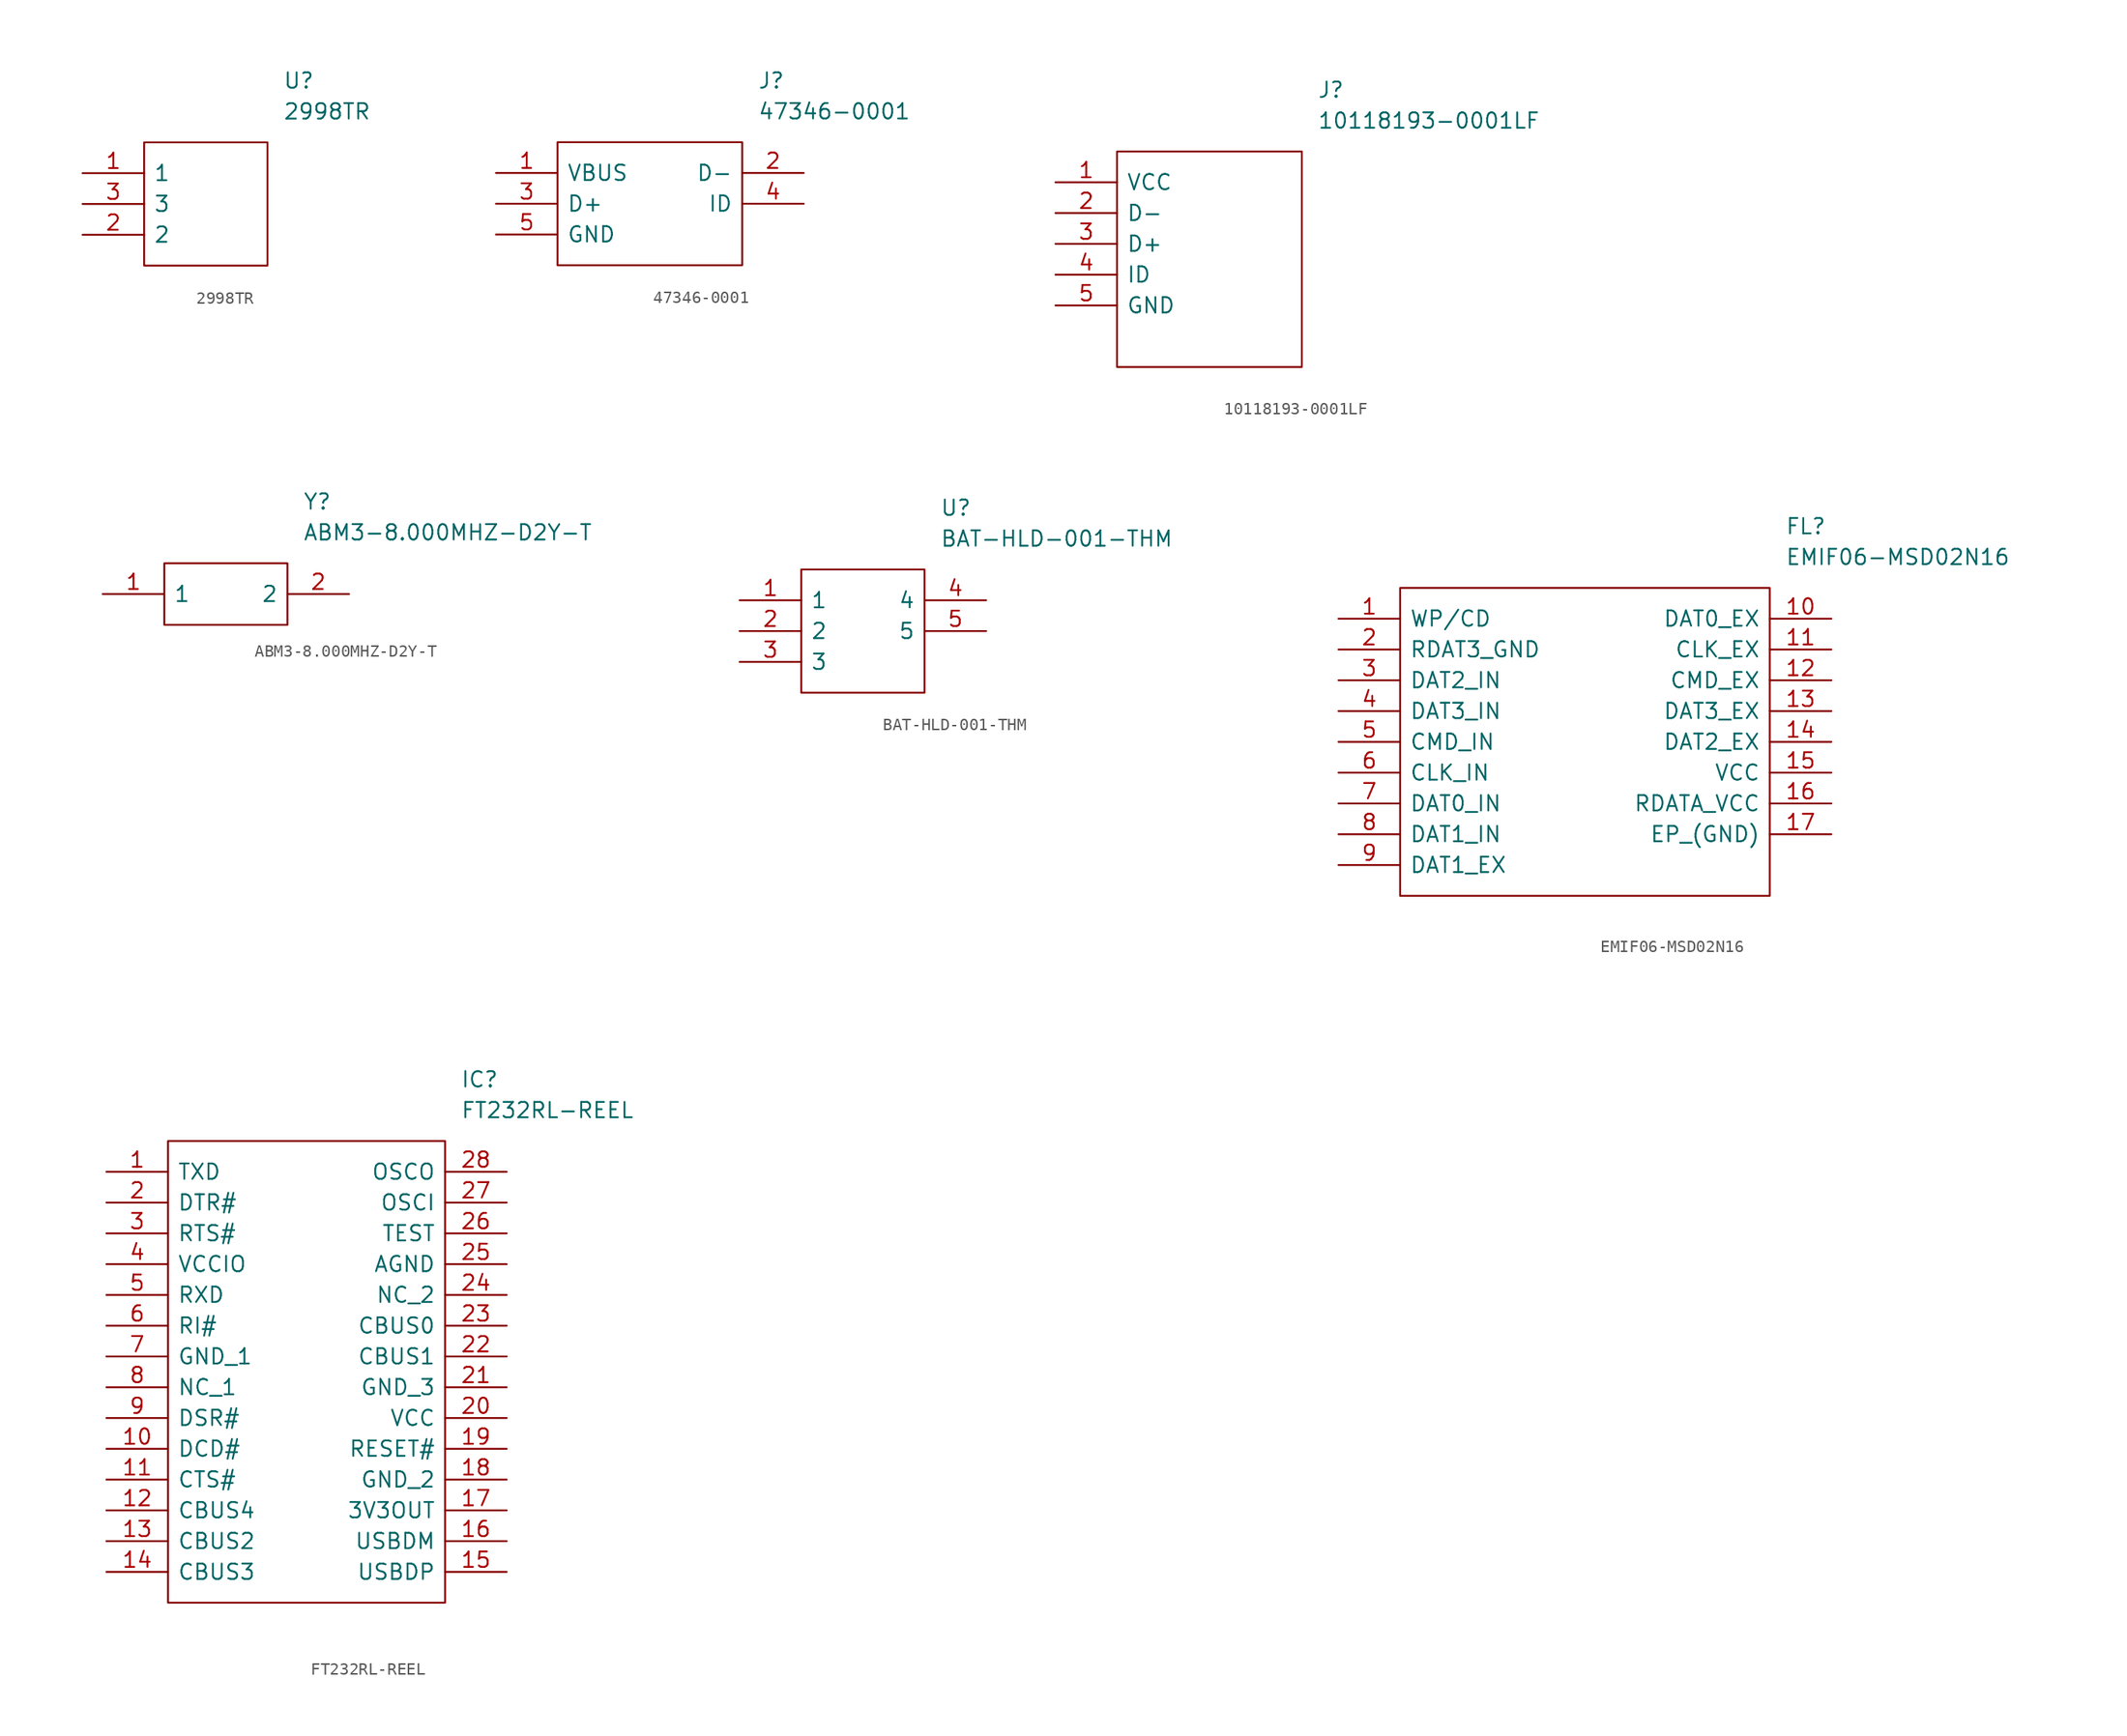
<source format=kicad_sym>
(kicad_symbol_lib
  (version 20211014)
  (generator kicad_symbol_editor)
  (symbol "2998TR"
    (pin_names
      (offset 0.762))
    (property "Reference" "U"
      (at 16.51 7.62 0)
      (effects (font (size 1.27 1.27)) (justify left)))
    (property "Value" "2998TR"
      (at 16.51 5.08 0)
      (effects (font (size 1.27 1.27)) (justify left)))
    (symbol "2998TR_0_0"
      (pin passive line (at 0 0 0) (length 5.08) (name "1" (effects (font (size 1.27 1.27)))) (number "1" (effects (font (size 1.27 1.27)))))
      (pin passive line (at 0 -5.08 0) (length 5.08) (name "2" (effects (font (size 1.27 1.27)))) (number "2" (effects (font (size 1.27 1.27)))))
      (pin passive line (at 0 -2.54 0) (length 5.08) (name "3" (effects (font (size 1.27 1.27)))) (number "3" (effects (font (size 1.27 1.27))))))
    (symbol "2998TR_0_1"
      (polyline (pts (xy 5.08 2.54) (xy 15.24 2.54) (xy 15.24 -7.62) (xy 5.08 -7.62) (xy 5.08 2.54)) (stroke (width 0.152) (type default) (color 0 0 0 0)) (fill (type none)))))
  (symbol "47346-0001"
    (pin_names
      (offset 0.762))
    (property "Reference" "J"
      (at 21.59 7.62 0)
      (effects (font (size 1.27 1.27)) (justify left)))
    (property "Value" "47346-0001"
      (at 21.59 5.08 0)
      (effects (font (size 1.27 1.27)) (justify left)))
    (symbol "47346-0001_0_0"
      (pin bidirectional line (at 0 0 0) (length 5.08) (name "VBUS" (effects (font (size 1.27 1.27)))) (number "1" (effects (font (size 1.27 1.27)))))
      (pin bidirectional line (at 25.4 0 180) (length 5.08) (name "D-" (effects (font (size 1.27 1.27)))) (number "2" (effects (font (size 1.27 1.27)))))
      (pin bidirectional line (at 0 -2.54 0) (length 5.08) (name "D+" (effects (font (size 1.27 1.27)))) (number "3" (effects (font (size 1.27 1.27)))))
      (pin bidirectional line (at 25.4 -2.54 180) (length 5.08) (name "ID" (effects (font (size 1.27 1.27)))) (number "4" (effects (font (size 1.27 1.27)))))
      (pin bidirectional line (at 0 -5.08 0) (length 5.08) (name "GND" (effects (font (size 1.27 1.27)))) (number "5" (effects (font (size 1.27 1.27))))))
    (symbol "47346-0001_0_1"
      (polyline (pts (xy 5.08 2.54) (xy 20.32 2.54) (xy 20.32 -7.62) (xy 5.08 -7.62) (xy 5.08 2.54)) (stroke (width 0.152) (type default) (color 0 0 0 0)) (fill (type none)))))
  (symbol "10118193-0001LF"
    (pin_names
      (offset 0.762))
    (property "Reference" "J"
      (at 21.59 7.62 0)
      (effects (font (size 1.27 1.27)) (justify left)))
    (property "Value" "10118193-0001LF"
      (at 21.59 5.08 0)
      (effects (font (size 1.27 1.27)) (justify left)))
    (symbol "10118193-0001LF_0_0"
      (pin passive line (at 0 0 0) (length 5.08) (name "VCC" (effects (font (size 1.27 1.27)))) (number "1" (effects (font (size 1.27 1.27)))))
      (pin passive line (at 0 -2.54 0) (length 5.08) (name "D-" (effects (font (size 1.27 1.27)))) (number "2" (effects (font (size 1.27 1.27)))))
      (pin passive line (at 0 -5.08 0) (length 5.08) (name "D+" (effects (font (size 1.27 1.27)))) (number "3" (effects (font (size 1.27 1.27)))))
      (pin passive line (at 0 -7.62 0) (length 5.08) (name "ID" (effects (font (size 1.27 1.27)))) (number "4" (effects (font (size 1.27 1.27)))))
      (pin passive line (at 0 -10.16 0) (length 5.08) (name "GND" (effects (font (size 1.27 1.27)))) (number "5" (effects (font (size 1.27 1.27))))))
    (symbol "10118193-0001LF_0_1"
      (polyline (pts (xy 5.08 2.54) (xy 20.32 2.54) (xy 20.32 -15.24) (xy 5.08 -15.24) (xy 5.08 2.54)) (stroke (width 0.152) (type default) (color 0 0 0 0)) (fill (type none)))))
  (symbol "ABM3-8.000MHZ-D2Y-T"
    (pin_names
      (offset 0.762))
    (property "Reference" "Y"
      (at 16.51 7.62 0)
      (effects (font (size 1.27 1.27)) (justify left)))
    (property "Value" "ABM3-8.000MHZ-D2Y-T"
      (at 16.51 5.08 0)
      (effects (font (size 1.27 1.27)) (justify left)))
    (symbol "ABM3-8.000MHZ-D2Y-T_0_0"
      (pin bidirectional line (at 0 0 0) (length 5.08) (name "1" (effects (font (size 1.27 1.27)))) (number "1" (effects (font (size 1.27 1.27)))))
      (pin bidirectional line (at 20.32 0 180) (length 5.08) (name "2" (effects (font (size 1.27 1.27)))) (number "2" (effects (font (size 1.27 1.27))))))
    (symbol "ABM3-8.000MHZ-D2Y-T_0_1"
      (polyline (pts (xy 5.08 2.54) (xy 15.24 2.54) (xy 15.24 -2.54) (xy 5.08 -2.54) (xy 5.08 2.54)) (stroke (width 0.152) (type default) (color 0 0 0 0)) (fill (type none)))))
  (symbol "BAT-HLD-001-THM"
    (pin_names
      (offset 0.762))
    (property "Reference" "U"
      (at 16.51 7.62 0)
      (effects (font (size 1.27 1.27)) (justify left)))
    (property "Value" "BAT-HLD-001-THM"
      (at 16.51 5.08 0)
      (effects (font (size 1.27 1.27)) (justify left)))
    (symbol "BAT-HLD-001-THM_0_0"
      (pin bidirectional line (at 0 0 0) (length 5.08) (name "1" (effects (font (size 1.27 1.27)))) (number "1" (effects (font (size 1.27 1.27)))))
      (pin bidirectional line (at 0 -2.54 0) (length 5.08) (name "2" (effects (font (size 1.27 1.27)))) (number "2" (effects (font (size 1.27 1.27)))))
      (pin bidirectional line (at 0 -5.08 0) (length 5.08) (name "3" (effects (font (size 1.27 1.27)))) (number "3" (effects (font (size 1.27 1.27)))))
      (pin bidirectional line (at 20.32 0 180) (length 5.08) (name "4" (effects (font (size 1.27 1.27)))) (number "4" (effects (font (size 1.27 1.27)))))
      (pin bidirectional line (at 20.32 -2.54 180) (length 5.08) (name "5" (effects (font (size 1.27 1.27)))) (number "5" (effects (font (size 1.27 1.27))))))
    (symbol "BAT-HLD-001-THM_0_1"
      (polyline (pts (xy 5.08 2.54) (xy 15.24 2.54) (xy 15.24 -7.62) (xy 5.08 -7.62) (xy 5.08 2.54)) (stroke (width 0.152) (type default) (color 0 0 0 0)) (fill (type none)))))
  (symbol "EMIF06-MSD02N16"
    (pin_names
      (offset 0.762))
    (property "Reference" "FL"
      (at 36.83 7.62 0)
      (effects (font (size 1.27 1.27)) (justify left)))
    (property "Value" "EMIF06-MSD02N16"
      (at 36.83 5.08 0)
      (effects (font (size 1.27 1.27)) (justify left)))
    (symbol "EMIF06-MSD02N16_0_0"
      (pin passive line (at 0 0 0) (length 5.08) (name "WP/CD" (effects (font (size 1.27 1.27)))) (number "1" (effects (font (size 1.27 1.27)))))
      (pin passive line (at 40.64 0 180) (length 5.08) (name "DAT0_EX" (effects (font (size 1.27 1.27)))) (number "10" (effects (font (size 1.27 1.27)))))
      (pin passive line (at 40.64 -2.54 180) (length 5.08) (name "CLK_EX" (effects (font (size 1.27 1.27)))) (number "11" (effects (font (size 1.27 1.27)))))
      (pin passive line (at 40.64 -5.08 180) (length 5.08) (name "CMD_EX" (effects (font (size 1.27 1.27)))) (number "12" (effects (font (size 1.27 1.27)))))
      (pin passive line (at 40.64 -7.62 180) (length 5.08) (name "DAT3_EX" (effects (font (size 1.27 1.27)))) (number "13" (effects (font (size 1.27 1.27)))))
      (pin passive line (at 40.64 -10.16 180) (length 5.08) (name "DAT2_EX" (effects (font (size 1.27 1.27)))) (number "14" (effects (font (size 1.27 1.27)))))
      (pin passive line (at 40.64 -12.7 180) (length 5.08) (name "VCC" (effects (font (size 1.27 1.27)))) (number "15" (effects (font (size 1.27 1.27)))))
      (pin passive line (at 40.64 -15.24 180) (length 5.08) (name "RDATA_VCC" (effects (font (size 1.27 1.27)))) (number "16" (effects (font (size 1.27 1.27)))))
      (pin passive line (at 40.64 -17.78 180) (length 5.08) (name "EP_(GND)" (effects (font (size 1.27 1.27)))) (number "17" (effects (font (size 1.27 1.27)))))
      (pin passive line (at 0 -2.54 0) (length 5.08) (name "RDAT3_GND" (effects (font (size 1.27 1.27)))) (number "2" (effects (font (size 1.27 1.27)))))
      (pin passive line (at 0 -5.08 0) (length 5.08) (name "DAT2_IN" (effects (font (size 1.27 1.27)))) (number "3" (effects (font (size 1.27 1.27)))))
      (pin passive line (at 0 -7.62 0) (length 5.08) (name "DAT3_IN" (effects (font (size 1.27 1.27)))) (number "4" (effects (font (size 1.27 1.27)))))
      (pin passive line (at 0 -10.16 0) (length 5.08) (name "CMD_IN" (effects (font (size 1.27 1.27)))) (number "5" (effects (font (size 1.27 1.27)))))
      (pin passive line (at 0 -12.7 0) (length 5.08) (name "CLK_IN" (effects (font (size 1.27 1.27)))) (number "6" (effects (font (size 1.27 1.27)))))
      (pin passive line (at 0 -15.24 0) (length 5.08) (name "DAT0_IN" (effects (font (size 1.27 1.27)))) (number "7" (effects (font (size 1.27 1.27)))))
      (pin passive line (at 0 -17.78 0) (length 5.08) (name "DAT1_IN" (effects (font (size 1.27 1.27)))) (number "8" (effects (font (size 1.27 1.27)))))
      (pin passive line (at 0 -20.32 0) (length 5.08) (name "DAT1_EX" (effects (font (size 1.27 1.27)))) (number "9" (effects (font (size 1.27 1.27))))))
    (symbol "EMIF06-MSD02N16_0_1"
      (polyline (pts (xy 5.08 2.54) (xy 35.56 2.54) (xy 35.56 -22.86) (xy 5.08 -22.86) (xy 5.08 2.54)) (stroke (width 0.152) (type default) (color 0 0 0 0)) (fill (type none)))))
  (symbol "FT232RL-REEL"
    (pin_names
      (offset 0.762))
    (property "Reference" "IC"
      (at 29.21 7.62 0)
      (effects (font (size 1.27 1.27)) (justify left)))
    (property "Value" "FT232RL-REEL"
      (at 29.21 5.08 0)
      (effects (font (size 1.27 1.27)) (justify left)))
    (symbol "FT232RL-REEL_0_0"
      (pin bidirectional line (at 0 0 0) (length 5.08) (name "TXD" (effects (font (size 1.27 1.27)))) (number "1" (effects (font (size 1.27 1.27)))))
      (pin bidirectional line (at 0 -22.86 0) (length 5.08) (name "DCD#" (effects (font (size 1.27 1.27)))) (number "10" (effects (font (size 1.27 1.27)))))
      (pin bidirectional line (at 0 -25.4 0) (length 5.08) (name "CTS#" (effects (font (size 1.27 1.27)))) (number "11" (effects (font (size 1.27 1.27)))))
      (pin bidirectional line (at 0 -27.94 0) (length 5.08) (name "CBUS4" (effects (font (size 1.27 1.27)))) (number "12" (effects (font (size 1.27 1.27)))))
      (pin bidirectional line (at 0 -30.48 0) (length 5.08) (name "CBUS2" (effects (font (size 1.27 1.27)))) (number "13" (effects (font (size 1.27 1.27)))))
      (pin bidirectional line (at 0 -33.02 0) (length 5.08) (name "CBUS3" (effects (font (size 1.27 1.27)))) (number "14" (effects (font (size 1.27 1.27)))))
      (pin bidirectional line (at 33.02 -33.02 180) (length 5.08) (name "USBDP" (effects (font (size 1.27 1.27)))) (number "15" (effects (font (size 1.27 1.27)))))
      (pin bidirectional line (at 33.02 -30.48 180) (length 5.08) (name "USBDM" (effects (font (size 1.27 1.27)))) (number "16" (effects (font (size 1.27 1.27)))))
      (pin bidirectional line (at 33.02 -27.94 180) (length 5.08) (name "3V3OUT" (effects (font (size 1.27 1.27)))) (number "17" (effects (font (size 1.27 1.27)))))
      (pin bidirectional line (at 33.02 -25.4 180) (length 5.08) (name "GND_2" (effects (font (size 1.27 1.27)))) (number "18" (effects (font (size 1.27 1.27)))))
      (pin bidirectional line (at 33.02 -22.86 180) (length 5.08) (name "RESET#" (effects (font (size 1.27 1.27)))) (number "19" (effects (font (size 1.27 1.27)))))
      (pin bidirectional line (at 0 -2.54 0) (length 5.08) (name "DTR#" (effects (font (size 1.27 1.27)))) (number "2" (effects (font (size 1.27 1.27)))))
      (pin bidirectional line (at 33.02 -20.32 180) (length 5.08) (name "VCC" (effects (font (size 1.27 1.27)))) (number "20" (effects (font (size 1.27 1.27)))))
      (pin bidirectional line (at 33.02 -17.78 180) (length 5.08) (name "GND_3" (effects (font (size 1.27 1.27)))) (number "21" (effects (font (size 1.27 1.27)))))
      (pin bidirectional line (at 33.02 -15.24 180) (length 5.08) (name "CBUS1" (effects (font (size 1.27 1.27)))) (number "22" (effects (font (size 1.27 1.27)))))
      (pin bidirectional line (at 33.02 -12.7 180) (length 5.08) (name "CBUS0" (effects (font (size 1.27 1.27)))) (number "23" (effects (font (size 1.27 1.27)))))
      (pin bidirectional line (at 33.02 -10.16 180) (length 5.08) (name "NC_2" (effects (font (size 1.27 1.27)))) (number "24" (effects (font (size 1.27 1.27)))))
      (pin bidirectional line (at 33.02 -7.62 180) (length 5.08) (name "AGND" (effects (font (size 1.27 1.27)))) (number "25" (effects (font (size 1.27 1.27)))))
      (pin bidirectional line (at 33.02 -5.08 180) (length 5.08) (name "TEST" (effects (font (size 1.27 1.27)))) (number "26" (effects (font (size 1.27 1.27)))))
      (pin bidirectional line (at 33.02 -2.54 180) (length 5.08) (name "OSCI" (effects (font (size 1.27 1.27)))) (number "27" (effects (font (size 1.27 1.27)))))
      (pin bidirectional line (at 33.02 0 180) (length 5.08) (name "OSCO" (effects (font (size 1.27 1.27)))) (number "28" (effects (font (size 1.27 1.27)))))
      (pin bidirectional line (at 0 -5.08 0) (length 5.08) (name "RTS#" (effects (font (size 1.27 1.27)))) (number "3" (effects (font (size 1.27 1.27)))))
      (pin bidirectional line (at 0 -7.62 0) (length 5.08) (name "VCCIO" (effects (font (size 1.27 1.27)))) (number "4" (effects (font (size 1.27 1.27)))))
      (pin bidirectional line (at 0 -10.16 0) (length 5.08) (name "RXD" (effects (font (size 1.27 1.27)))) (number "5" (effects (font (size 1.27 1.27)))))
      (pin bidirectional line (at 0 -12.7 0) (length 5.08) (name "RI#" (effects (font (size 1.27 1.27)))) (number "6" (effects (font (size 1.27 1.27)))))
      (pin bidirectional line (at 0 -15.24 0) (length 5.08) (name "GND_1" (effects (font (size 1.27 1.27)))) (number "7" (effects (font (size 1.27 1.27)))))
      (pin bidirectional line (at 0 -17.78 0) (length 5.08) (name "NC_1" (effects (font (size 1.27 1.27)))) (number "8" (effects (font (size 1.27 1.27)))))
      (pin bidirectional line (at 0 -20.32 0) (length 5.08) (name "DSR#" (effects (font (size 1.27 1.27)))) (number "9" (effects (font (size 1.27 1.27))))))
    (symbol "FT232RL-REEL_0_1"
      (polyline (pts (xy 5.08 2.54) (xy 27.94 2.54) (xy 27.94 -35.56) (xy 5.08 -35.56) (xy 5.08 2.54)) (stroke (width 0.152) (type default) (color 0 0 0 0)) (fill (type none))))))
</source>
